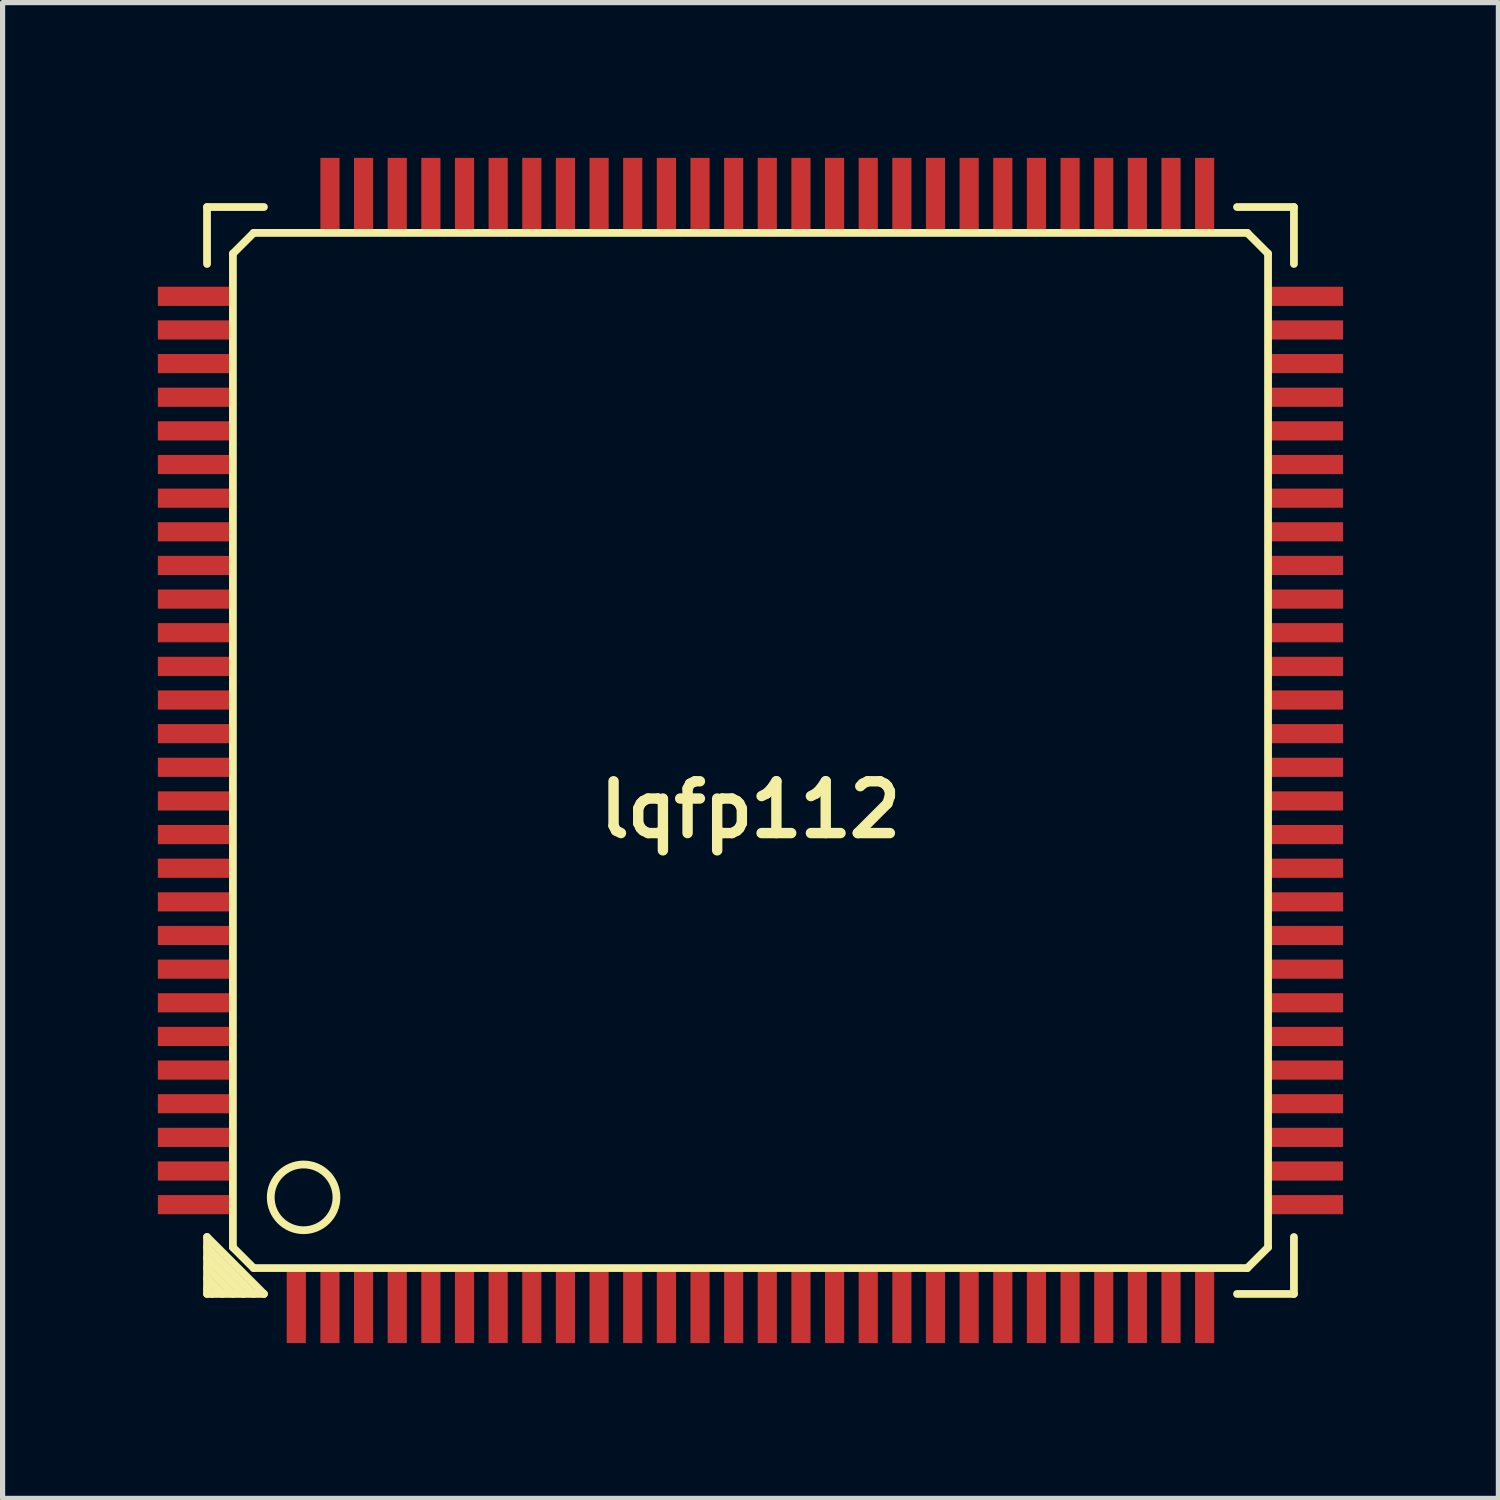
<source format=kicad_pcb>
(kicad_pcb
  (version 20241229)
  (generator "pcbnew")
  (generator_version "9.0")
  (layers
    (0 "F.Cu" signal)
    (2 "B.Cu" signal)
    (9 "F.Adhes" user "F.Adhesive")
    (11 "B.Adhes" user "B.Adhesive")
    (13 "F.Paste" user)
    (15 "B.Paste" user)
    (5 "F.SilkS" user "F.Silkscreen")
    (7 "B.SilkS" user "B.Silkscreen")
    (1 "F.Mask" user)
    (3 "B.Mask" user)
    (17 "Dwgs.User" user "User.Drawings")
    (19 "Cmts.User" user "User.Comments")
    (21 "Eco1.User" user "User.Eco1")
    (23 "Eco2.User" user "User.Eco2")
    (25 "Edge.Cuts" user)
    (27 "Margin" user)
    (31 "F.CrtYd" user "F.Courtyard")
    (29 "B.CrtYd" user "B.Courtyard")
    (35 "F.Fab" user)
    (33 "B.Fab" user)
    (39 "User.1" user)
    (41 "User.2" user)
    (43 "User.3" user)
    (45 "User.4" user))
  (footprint "lqfp112"
    (layer "F.Cu")
    (at 11.45 11.45)
    (property "Reference" "lqfp112" (at 0 1.143 0) (layer "F.SilkS") (effects (font (size 1.001 1.001) (thickness 0.201))))
    (attr smd)
    (fp_line (start -10.5 -10.5) (end -9.4 -10.5) (stroke (width 0.15) (type solid)) (layer "F.SilkS"))
    (fp_line (start -10.5 -9.4) (end -10.5 -10.5) (stroke (width 0.15) (type solid)) (layer "F.SilkS"))
    (fp_line (start -10.5 9.4) (end -10.5 10.5) (stroke (width 0.15) (type solid)) (layer "F.SilkS"))
    (fp_line (start -10.5 9.601) (end -9.601 10.5) (stroke (width 0.15) (type solid)) (layer "F.SilkS"))
    (fp_line (start -10.5 9.999) (end -9.999 10.5) (stroke (width 0.15) (type solid)) (layer "F.SilkS"))
    (fp_line (start -10.5 10.401) (end -10.401 10.5) (stroke (width 0.15) (type solid)) (layer "F.SilkS"))
    (fp_line (start -10.5 10.5) (end -9.4 10.5) (stroke (width 0.15) (type solid)) (layer "F.SilkS"))
    (fp_line (start -10.2 10.5) (end -10.5 10.2) (stroke (width 0.15) (type solid)) (layer "F.SilkS"))
    (fp_line (start -10 -9.6) (end -10 9.6) (stroke (width 0.15) (type solid)) (layer "F.SilkS"))
    (fp_line (start -10 9.6) (end -9.6 10) (stroke (width 0.15) (type solid)) (layer "F.SilkS"))
    (fp_line (start -9.801 10.5) (end -10.5 9.801) (stroke (width 0.15) (type solid)) (layer "F.SilkS"))
    (fp_line (start -9.6 -10) (end -10 -9.6) (stroke (width 0.15) (type solid)) (layer "F.SilkS"))
    (fp_line (start -9.6 10) (end 9.6 10) (stroke (width 0.15) (type solid)) (layer "F.SilkS"))
    (fp_line (start -9.4 10.5) (end -10.5 9.4) (stroke (width 0.15) (type solid)) (layer "F.SilkS"))
    (fp_line (start 9.4 10.5) (end 10.5 10.5) (stroke (width 0.15) (type solid)) (layer "F.SilkS"))
    (fp_line (start 9.6 -10) (end -9.6 -10) (stroke (width 0.15) (type solid)) (layer "F.SilkS"))
    (fp_line (start 9.6 10) (end 10 9.6) (stroke (width 0.15) (type solid)) (layer "F.SilkS"))
    (fp_line (start 10 -9.6) (end 9.6 -10) (stroke (width 0.15) (type solid)) (layer "F.SilkS"))
    (fp_line (start 10 9.6) (end 10 -9.6) (stroke (width 0.15) (type solid)) (layer "F.SilkS"))
    (fp_line (start 10.5 -10.5) (end 9.4 -10.5) (stroke (width 0.15) (type solid)) (layer "F.SilkS"))
    (fp_line (start 10.5 -10.5) (end 10.5 -9.4) (stroke (width 0.15) (type solid)) (layer "F.SilkS"))
    (fp_line (start 10.5 10.5) (end 10.5 9.4) (stroke (width 0.15) (type solid)) (layer "F.SilkS"))
    (fp_circle (center -8.634 8.634) (end -9.015 9.142) (stroke (width 0.15) (type solid)) (fill no) (layer "F.SilkS"))
    (pad "1" smd rect (at -8.775 10.7) (size 0.37 1.5) (layers "F.Cu" "F.Mask" "F.Paste"))
    (pad "2" smd rect (at -8.125 10.7) (size 0.37 1.5) (layers "F.Cu" "F.Mask" "F.Paste"))
    (pad "3" smd rect (at -7.475 10.7) (size 0.37 1.5) (layers "F.Cu" "F.Mask" "F.Paste"))
    (pad "4" smd rect (at -6.825 10.7) (size 0.37 1.5) (layers "F.Cu" "F.Mask" "F.Paste"))
    (pad "5" smd rect (at -6.175 10.7) (size 0.37 1.5) (layers "F.Cu" "F.Mask" "F.Paste"))
    (pad "6" smd rect (at -5.525 10.7) (size 0.37 1.5) (layers "F.Cu" "F.Mask" "F.Paste"))
    (pad "7" smd rect (at -4.875 10.7) (size 0.37 1.5) (layers "F.Cu" "F.Mask" "F.Paste"))
    (pad "8" smd rect (at -4.225 10.7) (size 0.37 1.5) (layers "F.Cu" "F.Mask" "F.Paste"))
    (pad "9" smd rect (at -3.575 10.7) (size 0.37 1.5) (layers "F.Cu" "F.Mask" "F.Paste"))
    (pad "10" smd rect (at -2.925 10.7) (size 0.37 1.5) (layers "F.Cu" "F.Mask" "F.Paste"))
    (pad "11" smd rect (at -2.275 10.7) (size 0.37 1.5) (layers "F.Cu" "F.Mask" "F.Paste"))
    (pad "12" smd rect (at -1.625 10.7) (size 0.37 1.5) (layers "F.Cu" "F.Mask" "F.Paste"))
    (pad "13" smd rect (at -0.975 10.7) (size 0.37 1.5) (layers "F.Cu" "F.Mask" "F.Paste"))
    (pad "14" smd rect (at -0.325 10.7) (size 0.37 1.5) (layers "F.Cu" "F.Mask" "F.Paste"))
    (pad "15" smd rect (at 0.325 10.7) (size 0.37 1.5) (layers "F.Cu" "F.Mask" "F.Paste"))
    (pad "16" smd rect (at 0.975 10.7) (size 0.37 1.5) (layers "F.Cu" "F.Mask" "F.Paste"))
    (pad "17" smd rect (at 1.625 10.7) (size 0.37 1.5) (layers "F.Cu" "F.Mask" "F.Paste"))
    (pad "18" smd rect (at 2.275 10.7) (size 0.37 1.5) (layers "F.Cu" "F.Mask" "F.Paste"))
    (pad "19" smd rect (at 2.925 10.7) (size 0.37 1.5) (layers "F.Cu" "F.Mask" "F.Paste"))
    (pad "20" smd rect (at 3.575 10.7) (size 0.37 1.5) (layers "F.Cu" "F.Mask" "F.Paste"))
    (pad "21" smd rect (at 4.225 10.7) (size 0.37 1.5) (layers "F.Cu" "F.Mask" "F.Paste"))
    (pad "22" smd rect (at 4.875 10.7) (size 0.37 1.5) (layers "F.Cu" "F.Mask" "F.Paste"))
    (pad "23" smd rect (at 5.525 10.7) (size 0.37 1.5) (layers "F.Cu" "F.Mask" "F.Paste"))
    (pad "24" smd rect (at 6.175 10.7) (size 0.37 1.5) (layers "F.Cu" "F.Mask" "F.Paste"))
    (pad "25" smd rect (at 6.825 10.7) (size 0.37 1.5) (layers "F.Cu" "F.Mask" "F.Paste"))
    (pad "26" smd rect (at 7.475 10.7) (size 0.37 1.5) (layers "F.Cu" "F.Mask" "F.Paste"))
    (pad "27" smd rect (at 8.125 10.7) (size 0.37 1.5) (layers "F.Cu" "F.Mask" "F.Paste"))
    (pad "28" smd rect (at 8.775 10.7) (size 0.37 1.5) (layers "F.Cu" "F.Mask" "F.Paste"))
    (pad "29" smd rect (at 10.7 8.775) (size 1.5 0.37) (layers "F.Cu" "F.Mask" "F.Paste"))
    (pad "30" smd rect (at 10.7 8.125) (size 1.5 0.37) (layers "F.Cu" "F.Mask" "F.Paste"))
    (pad "31" smd rect (at 10.7 7.475) (size 1.5 0.37) (layers "F.Cu" "F.Mask" "F.Paste"))
    (pad "32" smd rect (at 10.7 6.825) (size 1.5 0.37) (layers "F.Cu" "F.Mask" "F.Paste"))
    (pad "33" smd rect (at 10.7 6.175) (size 1.5 0.37) (layers "F.Cu" "F.Mask" "F.Paste"))
    (pad "34" smd rect (at 10.7 5.525) (size 1.5 0.37) (layers "F.Cu" "F.Mask" "F.Paste"))
    (pad "35" smd rect (at 10.7 4.875) (size 1.5 0.37) (layers "F.Cu" "F.Mask" "F.Paste"))
    (pad "36" smd rect (at 10.7 4.225) (size 1.5 0.37) (layers "F.Cu" "F.Mask" "F.Paste"))
    (pad "37" smd rect (at 10.7 3.575) (size 1.5 0.37) (layers "F.Cu" "F.Mask" "F.Paste"))
    (pad "38" smd rect (at 10.7 2.925) (size 1.5 0.37) (layers "F.Cu" "F.Mask" "F.Paste"))
    (pad "39" smd rect (at 10.7 2.275) (size 1.5 0.37) (layers "F.Cu" "F.Mask" "F.Paste"))
    (pad "40" smd rect (at 10.7 1.625) (size 1.5 0.37) (layers "F.Cu" "F.Mask" "F.Paste"))
    (pad "41" smd rect (at 10.7 0.975) (size 1.5 0.37) (layers "F.Cu" "F.Mask" "F.Paste"))
    (pad "42" smd rect (at 10.7 0.325) (size 1.5 0.37) (layers "F.Cu" "F.Mask" "F.Paste"))
    (pad "43" smd rect (at 10.7 -0.325) (size 1.5 0.37) (layers "F.Cu" "F.Mask" "F.Paste"))
    (pad "44" smd rect (at 10.7 -0.975) (size 1.5 0.37) (layers "F.Cu" "F.Mask" "F.Paste"))
    (pad "45" smd rect (at 10.7 -1.625) (size 1.5 0.37) (layers "F.Cu" "F.Mask" "F.Paste"))
    (pad "46" smd rect (at 10.7 -2.275) (size 1.5 0.37) (layers "F.Cu" "F.Mask" "F.Paste"))
    (pad "47" smd rect (at 10.7 -2.925) (size 1.5 0.37) (layers "F.Cu" "F.Mask" "F.Paste"))
    (pad "48" smd rect (at 10.7 -3.575) (size 1.5 0.37) (layers "F.Cu" "F.Mask" "F.Paste"))
    (pad "49" smd rect (at 10.7 -4.225) (size 1.5 0.37) (layers "F.Cu" "F.Mask" "F.Paste"))
    (pad "50" smd rect (at 10.7 -4.875) (size 1.5 0.37) (layers "F.Cu" "F.Mask" "F.Paste"))
    (pad "51" smd rect (at 10.7 -5.525) (size 1.5 0.37) (layers "F.Cu" "F.Mask" "F.Paste"))
    (pad "52" smd rect (at 10.7 -6.175) (size 1.5 0.37) (layers "F.Cu" "F.Mask" "F.Paste"))
    (pad "53" smd rect (at 10.7 -6.825) (size 1.5 0.37) (layers "F.Cu" "F.Mask" "F.Paste"))
    (pad "54" smd rect (at 10.7 -7.475) (size 1.5 0.37) (layers "F.Cu" "F.Mask" "F.Paste"))
    (pad "55" smd rect (at 10.7 -8.125) (size 1.5 0.37) (layers "F.Cu" "F.Mask" "F.Paste"))
    (pad "56" smd rect (at 10.7 -8.775) (size 1.5 0.37) (layers "F.Cu" "F.Mask" "F.Paste"))
    (pad "57" smd rect (at 8.775 -10.7) (size 0.37 1.5) (layers "F.Cu" "F.Mask" "F.Paste"))
    (pad "58" smd rect (at 8.125 -10.7) (size 0.37 1.5) (layers "F.Cu" "F.Mask" "F.Paste"))
    (pad "59" smd rect (at 7.475 -10.7) (size 0.37 1.5) (layers "F.Cu" "F.Mask" "F.Paste"))
    (pad "60" smd rect (at 6.825 -10.7) (size 0.37 1.5) (layers "F.Cu" "F.Mask" "F.Paste"))
    (pad "61" smd rect (at 6.175 -10.7) (size 0.37 1.5) (layers "F.Cu" "F.Mask" "F.Paste"))
    (pad "62" smd rect (at 5.525 -10.7) (size 0.37 1.5) (layers "F.Cu" "F.Mask" "F.Paste"))
    (pad "63" smd rect (at 4.875 -10.7) (size 0.37 1.5) (layers "F.Cu" "F.Mask" "F.Paste"))
    (pad "64" smd rect (at 4.225 -10.7) (size 0.37 1.5) (layers "F.Cu" "F.Mask" "F.Paste"))
    (pad "65" smd rect (at 3.575 -10.7) (size 0.37 1.5) (layers "F.Cu" "F.Mask" "F.Paste"))
    (pad "66" smd rect (at 2.925 -10.7) (size 0.37 1.5) (layers "F.Cu" "F.Mask" "F.Paste"))
    (pad "67" smd rect (at 2.275 -10.7) (size 0.37 1.5) (layers "F.Cu" "F.Mask" "F.Paste"))
    (pad "68" smd rect (at 1.625 -10.7) (size 0.37 1.5) (layers "F.Cu" "F.Mask" "F.Paste"))
    (pad "69" smd rect (at 0.975 -10.7) (size 0.37 1.5) (layers "F.Cu" "F.Mask" "F.Paste"))
    (pad "70" smd rect (at 0.325 -10.7) (size 0.37 1.5) (layers "F.Cu" "F.Mask" "F.Paste"))
    (pad "71" smd rect (at -0.325 -10.7) (size 0.37 1.5) (layers "F.Cu" "F.Mask" "F.Paste"))
    (pad "72" smd rect (at -0.975 -10.7) (size 0.37 1.5) (layers "F.Cu" "F.Mask" "F.Paste"))
    (pad "73" smd rect (at -1.625 -10.7) (size 0.37 1.5) (layers "F.Cu" "F.Mask" "F.Paste"))
    (pad "74" smd rect (at -2.275 -10.7) (size 0.37 1.5) (layers "F.Cu" "F.Mask" "F.Paste"))
    (pad "75" smd rect (at -2.925 -10.7) (size 0.37 1.5) (layers "F.Cu" "F.Mask" "F.Paste"))
    (pad "76" smd rect (at -3.575 -10.7) (size 0.37 1.5) (layers "F.Cu" "F.Mask" "F.Paste"))
    (pad "77" smd rect (at -4.225 -10.7) (size 0.37 1.5) (layers "F.Cu" "F.Mask" "F.Paste"))
    (pad "78" smd rect (at -4.875 -10.7) (size 0.37 1.5) (layers "F.Cu" "F.Mask" "F.Paste"))
    (pad "79" smd rect (at -5.525 -10.7) (size 0.37 1.5) (layers "F.Cu" "F.Mask" "F.Paste"))
    (pad "80" smd rect (at -6.175 -10.7) (size 0.37 1.5) (layers "F.Cu" "F.Mask" "F.Paste"))
    (pad "81" smd rect (at -6.825 -10.7) (size 0.37 1.5) (layers "F.Cu" "F.Mask" "F.Paste"))
    (pad "82" smd rect (at -7.475 -10.7) (size 0.37 1.5) (layers "F.Cu" "F.Mask" "F.Paste"))
    (pad "83" smd rect (at -8.125 -10.7) (size 0.37 1.5) (layers "F.Cu" "F.Mask" "F.Paste"))
    (pad "85" smd rect (at -10.7 -8.775) (size 1.5 0.37) (layers "F.Cu" "F.Mask" "F.Paste"))
    (pad "86" smd rect (at -10.7 -8.125) (size 1.5 0.37) (layers "F.Cu" "F.Mask" "F.Paste"))
    (pad "87" smd rect (at -10.7 -7.475) (size 1.5 0.37) (layers "F.Cu" "F.Mask" "F.Paste"))
    (pad "88" smd rect (at -10.7 -6.825) (size 1.5 0.37) (layers "F.Cu" "F.Mask" "F.Paste"))
    (pad "89" smd rect (at -10.7 -6.175) (size 1.5 0.37) (layers "F.Cu" "F.Mask" "F.Paste"))
    (pad "90" smd rect (at -10.7 -5.525) (size 1.5 0.37) (layers "F.Cu" "F.Mask" "F.Paste"))
    (pad "91" smd rect (at -10.7 -4.875) (size 1.5 0.37) (layers "F.Cu" "F.Mask" "F.Paste"))
    (pad "92" smd rect (at -10.7 -4.225) (size 1.5 0.37) (layers "F.Cu" "F.Mask" "F.Paste"))
    (pad "93" smd rect (at -10.7 -3.575) (size 1.5 0.37) (layers "F.Cu" "F.Mask" "F.Paste"))
    (pad "94" smd rect (at -10.7 -2.925) (size 1.5 0.37) (layers "F.Cu" "F.Mask" "F.Paste"))
    (pad "95" smd rect (at -10.7 -2.275) (size 1.5 0.37) (layers "F.Cu" "F.Mask" "F.Paste"))
    (pad "96" smd rect (at -10.7 -1.625) (size 1.5 0.37) (layers "F.Cu" "F.Mask" "F.Paste"))
    (pad "97" smd rect (at -10.7 -0.975) (size 1.5 0.37) (layers "F.Cu" "F.Mask" "F.Paste"))
    (pad "98" smd rect (at -10.7 -0.325) (size 1.5 0.37) (layers "F.Cu" "F.Mask" "F.Paste"))
    (pad "99" smd rect (at -10.7 0.325) (size 1.5 0.37) (layers "F.Cu" "F.Mask" "F.Paste"))
    (pad "100" smd rect (at -10.7 0.975) (size 1.5 0.37) (layers "F.Cu" "F.Mask" "F.Paste"))
    (pad "101" smd rect (at -10.7 1.625) (size 1.5 0.37) (layers "F.Cu" "F.Mask" "F.Paste"))
    (pad "102" smd rect (at -10.7 2.275) (size 1.5 0.37) (layers "F.Cu" "F.Mask" "F.Paste"))
    (pad "103" smd rect (at -10.7 2.925) (size 1.5 0.37) (layers "F.Cu" "F.Mask" "F.Paste"))
    (pad "104" smd rect (at -10.7 3.575) (size 1.5 0.37) (layers "F.Cu" "F.Mask" "F.Paste"))
    (pad "105" smd rect (at -10.7 4.225) (size 1.5 0.37) (layers "F.Cu" "F.Mask" "F.Paste"))
    (pad "106" smd rect (at -10.7 4.875) (size 1.5 0.37) (layers "F.Cu" "F.Mask" "F.Paste"))
    (pad "107" smd rect (at -10.7 5.525) (size 1.5 0.37) (layers "F.Cu" "F.Mask" "F.Paste"))
    (pad "108" smd rect (at -10.7 6.175) (size 1.5 0.37) (layers "F.Cu" "F.Mask" "F.Paste"))
    (pad "109" smd rect (at -10.7 6.825) (size 1.5 0.37) (layers "F.Cu" "F.Mask" "F.Paste"))
    (pad "110" smd rect (at -10.7 7.475) (size 1.5 0.37) (layers "F.Cu" "F.Mask" "F.Paste"))
    (pad "111" smd rect (at -10.7 8.125) (size 1.5 0.37) (layers "F.Cu" "F.Mask" "F.Paste"))
    (pad "112" smd rect (at -10.7 8.775) (size 1.5 0.37) (layers "F.Cu" "F.Mask" "F.Paste")))
  (gr_rect
    (start -3 -3)
    (end 25.9 25.9)
    (stroke (width 0.1) (type default))
    (fill no)
    (layer "Edge.Cuts")))
</source>
